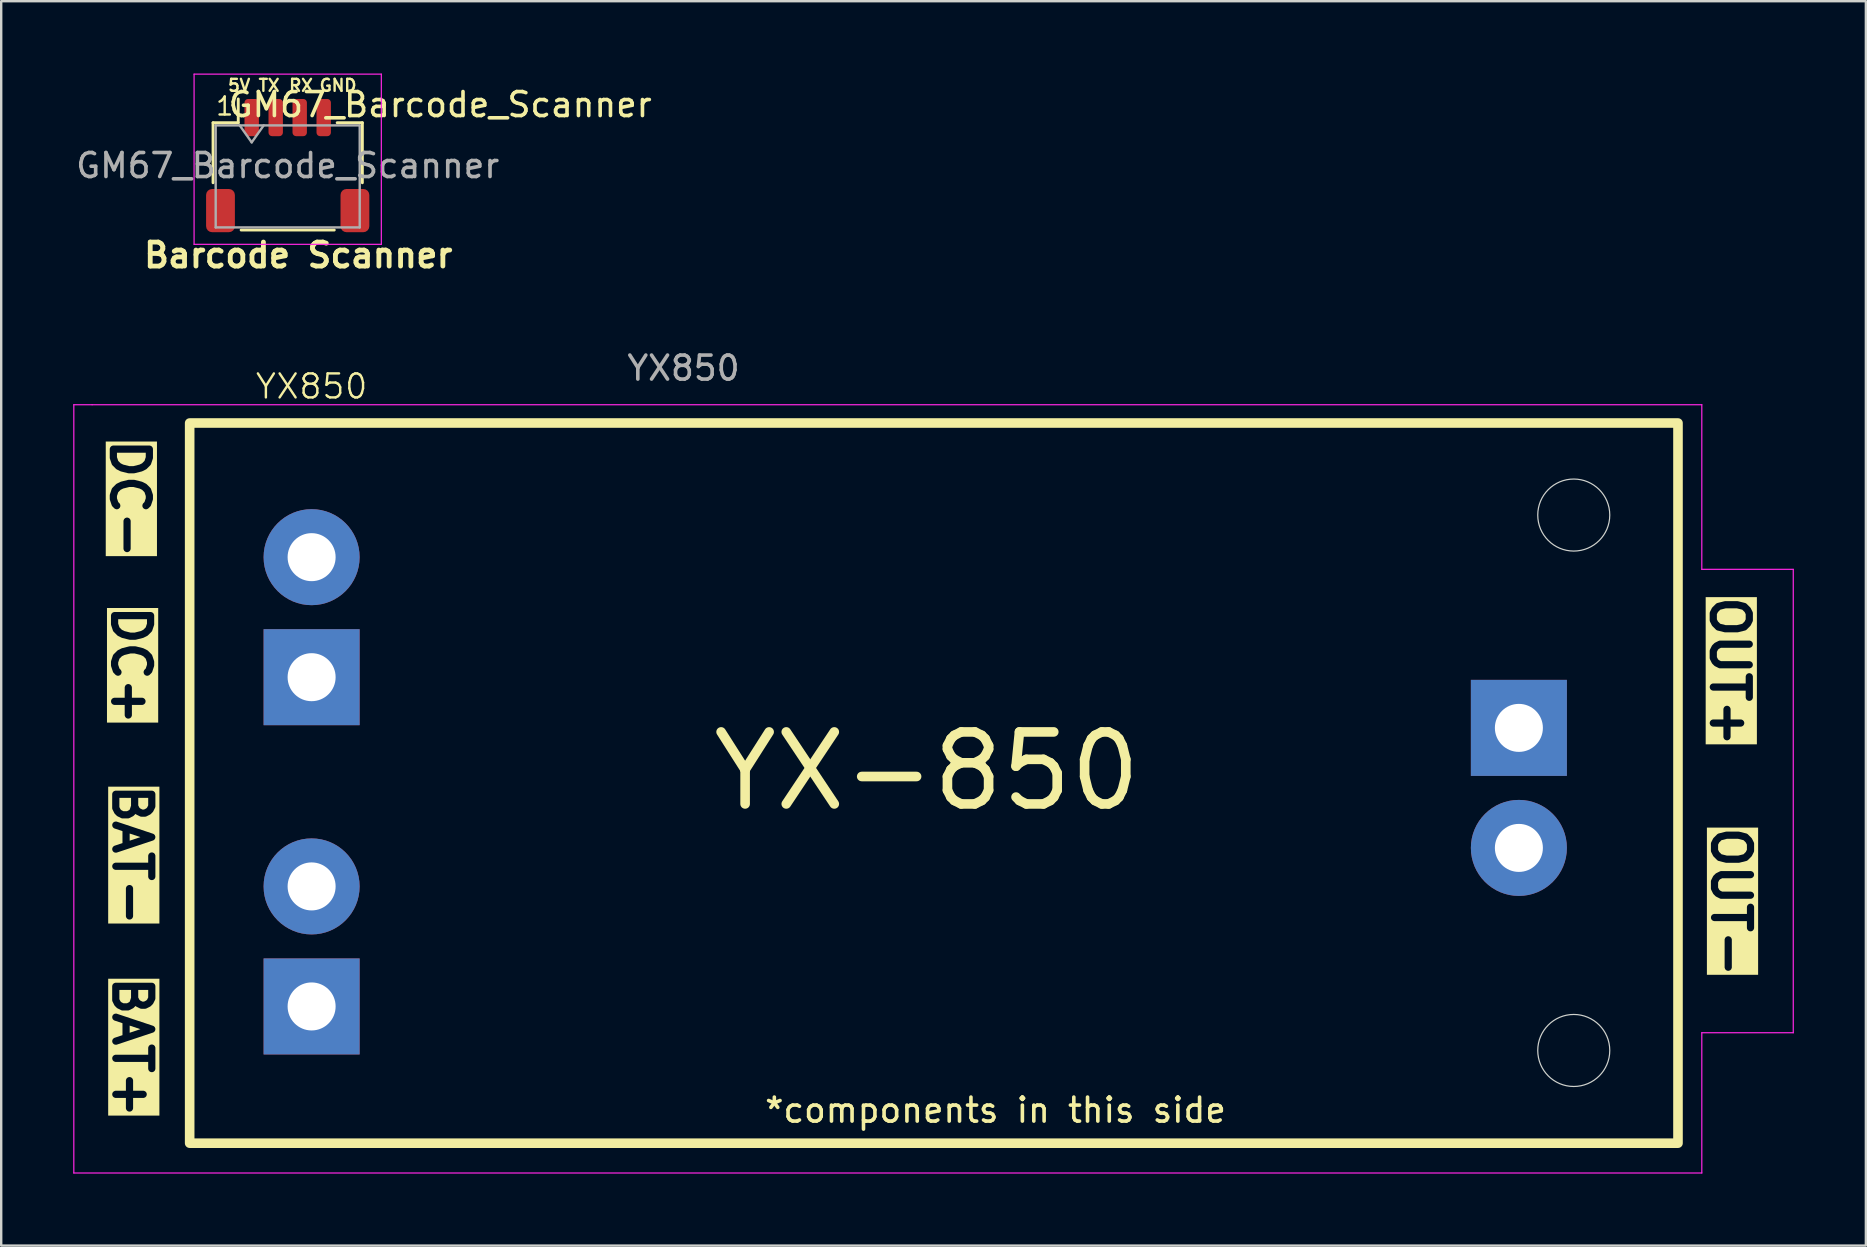
<source format=kicad_pcb>
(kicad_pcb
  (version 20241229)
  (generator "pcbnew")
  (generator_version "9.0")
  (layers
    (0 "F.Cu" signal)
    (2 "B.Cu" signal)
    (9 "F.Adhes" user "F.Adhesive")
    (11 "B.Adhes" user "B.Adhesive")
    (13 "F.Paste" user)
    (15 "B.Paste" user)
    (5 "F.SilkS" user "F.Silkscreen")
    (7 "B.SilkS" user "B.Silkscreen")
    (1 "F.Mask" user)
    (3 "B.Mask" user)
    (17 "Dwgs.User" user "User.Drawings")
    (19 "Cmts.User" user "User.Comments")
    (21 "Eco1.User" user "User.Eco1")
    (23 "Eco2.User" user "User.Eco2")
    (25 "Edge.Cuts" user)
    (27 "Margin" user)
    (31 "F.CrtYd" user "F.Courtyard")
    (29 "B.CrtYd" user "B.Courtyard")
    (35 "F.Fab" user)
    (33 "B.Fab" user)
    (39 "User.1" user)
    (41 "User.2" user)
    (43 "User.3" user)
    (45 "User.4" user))
  (footprint "YX850"
    (layer "F.Cu")
    (at 4.597 29.558)
    (property "Reference" "YX850" (at 5.334 -16.51 0) (unlocked yes) (layer "F.SilkS") (effects (font (size 1 1) (thickness 0.1))))
    (attr through_hole)
    (fp_rect (start 0.254 -14.986) (end 62.254 15.014) (stroke (width 0.4) (type default)) (fill no) (layer "F.SilkS"))
    (fp_circle (center 57.912 -11.152) (end 59.412 -11.152) (stroke (width 0.05) (type default)) (fill no) (layer "Edge.Cuts"))
    (fp_circle (center 57.912 11.152) (end 59.412 11.152) (stroke (width 0.05) (type default)) (fill no) (layer "Edge.Cuts"))
    (fp_line (start -4.572 -15.748) (end -3.81 -15.748) (stroke (width 0.05) (type default)) (layer "F.CrtYd"))
    (fp_line (start -4.572 16.256) (end -4.572 -15.748) (stroke (width 0.05) (type default)) (layer "F.CrtYd"))
    (fp_line (start -3.81 -15.748) (end 63.246 -15.748) (stroke (width 0.05) (type default)) (layer "F.CrtYd"))
    (fp_line (start 63.246 -15.748) (end 63.246 -8.89) (stroke (width 0.05) (type default)) (layer "F.CrtYd"))
    (fp_line (start 63.246 -8.89) (end 67.056 -8.89) (stroke (width 0.05) (type default)) (layer "F.CrtYd"))
    (fp_line (start 63.246 10.414) (end 63.246 16.256) (stroke (width 0.05) (type default)) (layer "F.CrtYd"))
    (fp_line (start 63.246 16.256) (end -4.572 16.256) (stroke (width 0.05) (type default)) (layer "F.CrtYd"))
    (fp_line (start 67.056 -8.89) (end 67.056 10.414) (stroke (width 0.05) (type default)) (layer "F.CrtYd"))
    (fp_line (start 67.056 10.414) (end 63.246 10.414) (stroke (width 0.05) (type default)) (layer "F.CrtYd"))
    (fp_text user "BAT+" (at -3.023 7.925 270) (unlocked yes) (layer "F.SilkS" knockout) (effects (font (size 1.5 1.5) (thickness 0.3) (bold yes)) (justify left bottom)))
    (fp_text user "YX-850" (at 21.844 1.27 0) (unlocked yes) (layer "F.SilkS") (effects (font (size 3 3) (thickness 0.4) (bold yes)) (justify left bottom)))
    (fp_text user "BAT-" (at -3.023 -0.076 270) (unlocked yes) (layer "F.SilkS" knockout) (effects (font (size 1.5 1.5) (thickness 0.3) (bold yes)) (justify left bottom)))
    (fp_text user "OUT-" (at 63.576 1.702 270) (unlocked yes) (layer "F.SilkS" knockout) (effects (font (size 1.5 1.5) (thickness 0.3) (bold yes)) (justify left bottom)))
    (fp_text user "DC-" (at -3.124 -14.453 270) (unlocked yes) (layer "F.SilkS" knockout) (effects (font (size 1.5 1.5) (thickness 0.3) (bold yes)) (justify left bottom)))
    (fp_text user "OUT+" (at 63.525 -7.899 270) (unlocked yes) (layer "F.SilkS" knockout) (effects (font (size 1.5 1.5) (thickness 0.3) (bold yes)) (justify left bottom)))
    (fp_text user "*components in this side" (at 24.13 14.224 0) (unlocked yes) (layer "F.SilkS") (effects (font (size 1 1) (thickness 0.15)) (justify left bottom)))
    (fp_text user "DC+" (at -3.073 -7.518 270) (unlocked yes) (layer "F.SilkS" knockout) (effects (font (size 1.5 1.5) (thickness 0.3) (bold yes)) (justify left bottom)))
    (fp_text user "${REFERENCE}" (at 20.828 -17.272 0) (unlocked yes) (layer "F.Fab") (effects (font (size 1 1) (thickness 0.15))))
    (pad "1" thru_hole rect (at 55.626 -2.286) (size 4 4) (drill 2) (layers "*.Cu" "*.Mask"))
    (pad "2" thru_hole circle (at 55.626 2.714) (size 4 4) (drill 2) (layers "*.Cu" "*.Mask"))
    (pad "3" thru_hole circle (at 5.334 4.318) (size 4 4) (drill 2) (layers "*.Cu" "*.Mask"))
    (pad "4" thru_hole rect (at 5.334 9.318) (size 4 4) (drill 2) (layers "*.Cu" "*.Mask"))
    (pad "5" thru_hole rect (at 5.334 -4.398) (size 4 4) (drill 2) (layers "*.Cu" "*.Mask"))
    (pad "6" thru_hole circle (at 5.334 -9.398) (size 4 4) (drill 2) (layers "*.Cu" "*.Mask")))
  (footprint "GM67_Barcode_Scanner"
    (layer "F.Cu")
    (at 8.935 3.848)
    (property "Reference" "GM67_Barcode_Scanner" (at 6.35 -2.54 0) (layer "F.SilkS") (effects (font (size 1 1) (thickness 0.15))))
    (attr smd)
    (fp_line (start -3.11 -1.785) (end -2.06 -1.785) (stroke (width 0.12) (type solid)) (layer "F.SilkS"))
    (fp_line (start -3.11 0.715) (end -3.11 -1.785) (stroke (width 0.12) (type solid)) (layer "F.SilkS"))
    (fp_line (start -2.06 -1.785) (end -2.06 -2.775) (stroke (width 0.12) (type solid)) (layer "F.SilkS"))
    (fp_line (start -1.94 2.685) (end 1.94 2.685) (stroke (width 0.12) (type solid)) (layer "F.SilkS"))
    (fp_line (start 3.11 -1.785) (end 2.06 -1.785) (stroke (width 0.12) (type solid)) (layer "F.SilkS"))
    (fp_line (start 3.11 0.715) (end 3.11 -1.785) (stroke (width 0.12) (type solid)) (layer "F.SilkS"))
    (fp_line (start -3.9 -3.81) (end -3.9 3.28) (stroke (width 0.05) (type solid)) (layer "F.CrtYd"))
    (fp_line (start -3.9 3.28) (end 3.9 3.28) (stroke (width 0.05) (type solid)) (layer "F.CrtYd"))
    (fp_line (start 3.9 -3.81) (end -3.9 -3.81) (stroke (width 0.05) (type solid)) (layer "F.CrtYd"))
    (fp_line (start 3.9 3.28) (end 3.9 -3.81) (stroke (width 0.05) (type solid)) (layer "F.CrtYd"))
    (fp_line (start -3 -1.675) (end -3 2.575) (stroke (width 0.1) (type solid)) (layer "F.Fab"))
    (fp_line (start -3 -1.675) (end 3 -1.675) (stroke (width 0.1) (type solid)) (layer "F.Fab"))
    (fp_line (start -3 2.575) (end 3 2.575) (stroke (width 0.1) (type solid)) (layer "F.Fab"))
    (fp_line (start -2 -1.675) (end -1.5 -0.968) (stroke (width 0.1) (type solid)) (layer "F.Fab"))
    (fp_line (start -1.5 -0.968) (end -1 -1.675) (stroke (width 0.1) (type solid)) (layer "F.Fab"))
    (fp_line (start 3 -1.675) (end 3 2.575) (stroke (width 0.1) (type solid)) (layer "F.Fab"))
    (fp_text user "5V" (at -2.54 -3.048 0) (unlocked yes) (layer "F.SilkS") (effects (font (size 0.5 0.5) (thickness 0.1)) (justify left bottom)))
    (fp_text user "TX" (at -1.27 -3.048 0) (unlocked yes) (layer "F.SilkS") (effects (font (size 0.5 0.5) (thickness 0.1)) (justify left bottom)))
    (fp_text user "RX" (at 0 -3.048 0) (unlocked yes) (layer "F.SilkS") (effects (font (size 0.5 0.5) (thickness 0.1)) (justify left bottom)))
    (fp_text user "GND" (at 1.27 -3.048 0) (unlocked yes) (layer "F.SilkS") (effects (font (size 0.5 0.5) (thickness 0.1)) (justify left bottom)))
    (fp_text user "1" (at -3.048 -2.032 0) (unlocked yes) (layer "F.SilkS") (effects (font (size 0.75 0.75) (thickness 0.1)) (justify left bottom)))
    (fp_text user "Barcode Scanner" (at -6.096 4.318 0) (unlocked yes) (layer "F.SilkS") (effects (font (size 1 1) (thickness 0.2) (bold yes)) (justify left bottom)))
    (fp_text user "${REFERENCE}" (at 0 0 0) (layer "F.Fab") (effects (font (size 1 1) (thickness 0.15))))
    (pad "1" smd roundrect (at -1.5 -2) (size 0.6 1.55) (layers "F.Cu" "F.Mask" "F.Paste") (roundrect_rratio 0.25))
    (pad "2" smd roundrect (at -0.5 -2) (size 0.6 1.55) (layers "F.Cu" "F.Mask" "F.Paste") (roundrect_rratio 0.25))
    (pad "3" smd roundrect (at 0.5 -2) (size 0.6 1.55) (layers "F.Cu" "F.Mask" "F.Paste") (roundrect_rratio 0.25))
    (pad "4" smd roundrect (at 1.5 -2) (size 0.6 1.55) (layers "F.Cu" "F.Mask" "F.Paste") (roundrect_rratio 0.25))
    (pad "MP" smd roundrect (at -2.8 1.875) (size 1.2 1.8) (layers "F.Cu" "F.Mask" "F.Paste") (roundrect_rratio 0.208))
    (pad "MP" smd roundrect (at 2.8 1.875) (size 1.2 1.8) (layers "F.Cu" "F.Mask" "F.Paste") (roundrect_rratio 0.208)))
  (gr_rect
    (start -3 -3)
    (end 74.678 48.839)
    (stroke (width 0.1) (type default))
    (fill no)
    (layer "Edge.Cuts")))
</source>
